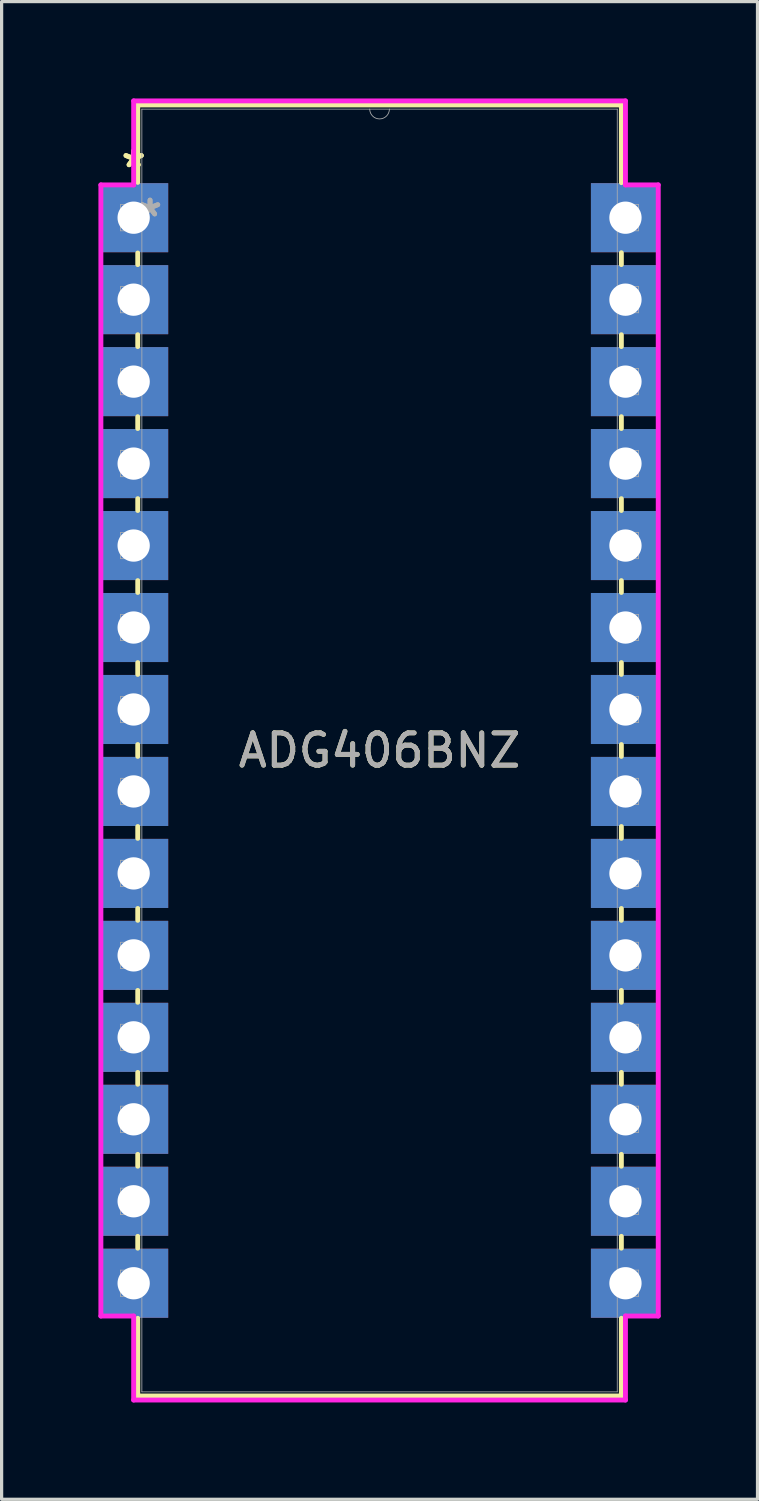
<source format=kicad_pcb>
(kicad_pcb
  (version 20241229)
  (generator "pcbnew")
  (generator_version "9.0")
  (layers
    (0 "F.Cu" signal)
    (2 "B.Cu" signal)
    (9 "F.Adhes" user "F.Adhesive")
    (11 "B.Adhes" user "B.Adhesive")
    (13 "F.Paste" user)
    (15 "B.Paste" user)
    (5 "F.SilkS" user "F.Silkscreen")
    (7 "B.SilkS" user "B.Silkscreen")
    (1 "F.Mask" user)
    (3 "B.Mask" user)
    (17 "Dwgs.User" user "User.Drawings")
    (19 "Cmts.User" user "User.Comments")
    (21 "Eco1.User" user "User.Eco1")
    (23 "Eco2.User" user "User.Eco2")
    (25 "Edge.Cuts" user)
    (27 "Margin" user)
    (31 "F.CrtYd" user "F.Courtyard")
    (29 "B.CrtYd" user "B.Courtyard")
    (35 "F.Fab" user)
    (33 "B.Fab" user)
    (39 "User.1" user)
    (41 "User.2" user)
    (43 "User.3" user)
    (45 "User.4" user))
  (footprint "ADG406BNZ"
    (layer "F.Cu")
    (at 1.092 3.696)
    (property "Reference" "ADG406BNZ" (at 7.62 16.51 0) (unlocked yes) (layer "F.SilkS") (effects (font (size 1 1) (thickness 0.15))))
    (attr through_hole)
    (fp_line (start 0.127 -3.493) (end 0.127 -1.095) (stroke (width 0.152) (type solid)) (layer "F.SilkS"))
    (fp_line (start 0.127 1.095) (end 0.127 1.453) (stroke (width 0.152) (type solid)) (layer "F.SilkS"))
    (fp_line (start 0.127 3.627) (end 0.127 3.993) (stroke (width 0.152) (type solid)) (layer "F.SilkS"))
    (fp_line (start 0.127 6.167) (end 0.127 6.533) (stroke (width 0.152) (type solid)) (layer "F.SilkS"))
    (fp_line (start 0.127 8.707) (end 0.127 9.073) (stroke (width 0.152) (type solid)) (layer "F.SilkS"))
    (fp_line (start 0.127 11.247) (end 0.127 11.613) (stroke (width 0.152) (type solid)) (layer "F.SilkS"))
    (fp_line (start 0.127 13.787) (end 0.127 14.153) (stroke (width 0.152) (type solid)) (layer "F.SilkS"))
    (fp_line (start 0.127 16.327) (end 0.127 16.693) (stroke (width 0.152) (type solid)) (layer "F.SilkS"))
    (fp_line (start 0.127 18.867) (end 0.127 19.233) (stroke (width 0.152) (type solid)) (layer "F.SilkS"))
    (fp_line (start 0.127 21.407) (end 0.127 21.773) (stroke (width 0.152) (type solid)) (layer "F.SilkS"))
    (fp_line (start 0.127 23.947) (end 0.127 24.313) (stroke (width 0.152) (type solid)) (layer "F.SilkS"))
    (fp_line (start 0.127 26.487) (end 0.127 26.853) (stroke (width 0.152) (type solid)) (layer "F.SilkS"))
    (fp_line (start 0.127 29.027) (end 0.127 29.393) (stroke (width 0.152) (type solid)) (layer "F.SilkS"))
    (fp_line (start 0.127 31.567) (end 0.127 31.933) (stroke (width 0.152) (type solid)) (layer "F.SilkS"))
    (fp_line (start 0.127 34.107) (end 0.127 36.513) (stroke (width 0.152) (type solid)) (layer "F.SilkS"))
    (fp_line (start 0.127 36.513) (end 15.113 36.513) (stroke (width 0.152) (type solid)) (layer "F.SilkS"))
    (fp_line (start 15.113 -3.493) (end 0.127 -3.493) (stroke (width 0.152) (type solid)) (layer "F.SilkS"))
    (fp_line (start 15.113 -1.087) (end 15.113 -3.493) (stroke (width 0.152) (type solid)) (layer "F.SilkS"))
    (fp_line (start 15.113 1.453) (end 15.113 1.087) (stroke (width 0.152) (type solid)) (layer "F.SilkS"))
    (fp_line (start 15.113 3.993) (end 15.113 3.627) (stroke (width 0.152) (type solid)) (layer "F.SilkS"))
    (fp_line (start 15.113 6.533) (end 15.113 6.167) (stroke (width 0.152) (type solid)) (layer "F.SilkS"))
    (fp_line (start 15.113 9.073) (end 15.113 8.707) (stroke (width 0.152) (type solid)) (layer "F.SilkS"))
    (fp_line (start 15.113 11.613) (end 15.113 11.247) (stroke (width 0.152) (type solid)) (layer "F.SilkS"))
    (fp_line (start 15.113 14.153) (end 15.113 13.787) (stroke (width 0.152) (type solid)) (layer "F.SilkS"))
    (fp_line (start 15.113 16.693) (end 15.113 16.327) (stroke (width 0.152) (type solid)) (layer "F.SilkS"))
    (fp_line (start 15.113 19.233) (end 15.113 18.867) (stroke (width 0.152) (type solid)) (layer "F.SilkS"))
    (fp_line (start 15.113 21.773) (end 15.113 21.407) (stroke (width 0.152) (type solid)) (layer "F.SilkS"))
    (fp_line (start 15.113 24.313) (end 15.113 23.947) (stroke (width 0.152) (type solid)) (layer "F.SilkS"))
    (fp_line (start 15.113 26.853) (end 15.113 26.487) (stroke (width 0.152) (type solid)) (layer "F.SilkS"))
    (fp_line (start 15.113 29.393) (end 15.113 29.027) (stroke (width 0.152) (type solid)) (layer "F.SilkS"))
    (fp_line (start 15.113 31.933) (end 15.113 31.567) (stroke (width 0.152) (type solid)) (layer "F.SilkS"))
    (fp_line (start 15.113 36.513) (end 15.113 34.107) (stroke (width 0.152) (type solid)) (layer "F.SilkS"))
    (fp_line (start -1.016 -1.016) (end 0 -1.016) (stroke (width 0.152) (type solid)) (layer "F.CrtYd"))
    (fp_line (start -1.016 34.036) (end -1.016 -1.016) (stroke (width 0.152) (type solid)) (layer "F.CrtYd"))
    (fp_line (start 0 -3.619) (end 15.24 -3.619) (stroke (width 0.152) (type solid)) (layer "F.CrtYd"))
    (fp_line (start 0 -1.016) (end 0 -3.619) (stroke (width 0.152) (type solid)) (layer "F.CrtYd"))
    (fp_line (start 0 34.036) (end -1.016 34.036) (stroke (width 0.152) (type solid)) (layer "F.CrtYd"))
    (fp_line (start 0 36.639) (end 0 34.036) (stroke (width 0.152) (type solid)) (layer "F.CrtYd"))
    (fp_line (start 15.24 -3.619) (end 15.24 -1.016) (stroke (width 0.152) (type solid)) (layer "F.CrtYd"))
    (fp_line (start 15.24 34.036) (end 15.24 36.639) (stroke (width 0.152) (type solid)) (layer "F.CrtYd"))
    (fp_line (start 15.24 36.639) (end 0 36.639) (stroke (width 0.152) (type solid)) (layer "F.CrtYd"))
    (fp_line (start 16.256 -1.016) (end 15.24 -1.016) (stroke (width 0.152) (type solid)) (layer "F.CrtYd"))
    (fp_line (start 16.256 -1.016) (end 16.256 34.036) (stroke (width 0.152) (type solid)) (layer "F.CrtYd"))
    (fp_line (start 16.256 34.036) (end 15.24 34.036) (stroke (width 0.152) (type solid)) (layer "F.CrtYd"))
    (fp_line (start -0.406 -0.406) (end -0.406 0.406) (stroke (width 0.025) (type solid)) (layer "F.Fab"))
    (fp_line (start -0.406 0.406) (end 0.254 0.406) (stroke (width 0.025) (type solid)) (layer "F.Fab"))
    (fp_line (start -0.406 2.134) (end -0.406 2.946) (stroke (width 0.025) (type solid)) (layer "F.Fab"))
    (fp_line (start -0.406 2.946) (end 0.254 2.946) (stroke (width 0.025) (type solid)) (layer "F.Fab"))
    (fp_line (start -0.406 4.674) (end -0.406 5.486) (stroke (width 0.025) (type solid)) (layer "F.Fab"))
    (fp_line (start -0.406 5.486) (end 0.254 5.486) (stroke (width 0.025) (type solid)) (layer "F.Fab"))
    (fp_line (start -0.406 7.214) (end -0.406 8.026) (stroke (width 0.025) (type solid)) (layer "F.Fab"))
    (fp_line (start -0.406 8.026) (end 0.254 8.026) (stroke (width 0.025) (type solid)) (layer "F.Fab"))
    (fp_line (start -0.406 9.754) (end -0.406 10.566) (stroke (width 0.025) (type solid)) (layer "F.Fab"))
    (fp_line (start -0.406 10.566) (end 0.254 10.566) (stroke (width 0.025) (type solid)) (layer "F.Fab"))
    (fp_line (start -0.406 12.294) (end -0.406 13.106) (stroke (width 0.025) (type solid)) (layer "F.Fab"))
    (fp_line (start -0.406 13.106) (end 0.254 13.106) (stroke (width 0.025) (type solid)) (layer "F.Fab"))
    (fp_line (start -0.406 14.834) (end -0.406 15.646) (stroke (width 0.025) (type solid)) (layer "F.Fab"))
    (fp_line (start -0.406 15.646) (end 0.254 15.646) (stroke (width 0.025) (type solid)) (layer "F.Fab"))
    (fp_line (start -0.406 17.374) (end -0.406 18.186) (stroke (width 0.025) (type solid)) (layer "F.Fab"))
    (fp_line (start -0.406 18.186) (end 0.254 18.186) (stroke (width 0.025) (type solid)) (layer "F.Fab"))
    (fp_line (start -0.406 19.914) (end -0.406 20.726) (stroke (width 0.025) (type solid)) (layer "F.Fab"))
    (fp_line (start -0.406 20.726) (end 0.254 20.726) (stroke (width 0.025) (type solid)) (layer "F.Fab"))
    (fp_line (start -0.406 22.454) (end -0.406 23.266) (stroke (width 0.025) (type solid)) (layer "F.Fab"))
    (fp_line (start -0.406 23.266) (end 0.254 23.266) (stroke (width 0.025) (type solid)) (layer "F.Fab"))
    (fp_line (start -0.406 24.994) (end -0.406 25.806) (stroke (width 0.025) (type solid)) (layer "F.Fab"))
    (fp_line (start -0.406 25.806) (end 0.254 25.806) (stroke (width 0.025) (type solid)) (layer "F.Fab"))
    (fp_line (start -0.406 27.534) (end -0.406 28.346) (stroke (width 0.025) (type solid)) (layer "F.Fab"))
    (fp_line (start -0.406 28.346) (end 0.254 28.346) (stroke (width 0.025) (type solid)) (layer "F.Fab"))
    (fp_line (start -0.406 30.074) (end -0.406 30.886) (stroke (width 0.025) (type solid)) (layer "F.Fab"))
    (fp_line (start -0.406 30.886) (end 0.254 30.886) (stroke (width 0.025) (type solid)) (layer "F.Fab"))
    (fp_line (start -0.406 32.614) (end -0.406 33.426) (stroke (width 0.025) (type solid)) (layer "F.Fab"))
    (fp_line (start -0.406 33.426) (end 0.254 33.426) (stroke (width 0.025) (type solid)) (layer "F.Fab"))
    (fp_line (start 0.254 -3.365) (end 0.254 36.386) (stroke (width 0.025) (type solid)) (layer "F.Fab"))
    (fp_line (start 0.254 -0.406) (end -0.406 -0.406) (stroke (width 0.025) (type solid)) (layer "F.Fab"))
    (fp_line (start 0.254 0.406) (end 0.254 -0.406) (stroke (width 0.025) (type solid)) (layer "F.Fab"))
    (fp_line (start 0.254 2.134) (end -0.406 2.134) (stroke (width 0.025) (type solid)) (layer "F.Fab"))
    (fp_line (start 0.254 2.946) (end 0.254 2.134) (stroke (width 0.025) (type solid)) (layer "F.Fab"))
    (fp_line (start 0.254 4.674) (end -0.406 4.674) (stroke (width 0.025) (type solid)) (layer "F.Fab"))
    (fp_line (start 0.254 5.486) (end 0.254 4.674) (stroke (width 0.025) (type solid)) (layer "F.Fab"))
    (fp_line (start 0.254 7.214) (end -0.406 7.214) (stroke (width 0.025) (type solid)) (layer "F.Fab"))
    (fp_line (start 0.254 8.026) (end 0.254 7.214) (stroke (width 0.025) (type solid)) (layer "F.Fab"))
    (fp_line (start 0.254 9.754) (end -0.406 9.754) (stroke (width 0.025) (type solid)) (layer "F.Fab"))
    (fp_line (start 0.254 10.566) (end 0.254 9.754) (stroke (width 0.025) (type solid)) (layer "F.Fab"))
    (fp_line (start 0.254 12.294) (end -0.406 12.294) (stroke (width 0.025) (type solid)) (layer "F.Fab"))
    (fp_line (start 0.254 13.106) (end 0.254 12.294) (stroke (width 0.025) (type solid)) (layer "F.Fab"))
    (fp_line (start 0.254 14.834) (end -0.406 14.834) (stroke (width 0.025) (type solid)) (layer "F.Fab"))
    (fp_line (start 0.254 15.646) (end 0.254 14.834) (stroke (width 0.025) (type solid)) (layer "F.Fab"))
    (fp_line (start 0.254 17.374) (end -0.406 17.374) (stroke (width 0.025) (type solid)) (layer "F.Fab"))
    (fp_line (start 0.254 18.186) (end 0.254 17.374) (stroke (width 0.025) (type solid)) (layer "F.Fab"))
    (fp_line (start 0.254 19.914) (end -0.406 19.914) (stroke (width 0.025) (type solid)) (layer "F.Fab"))
    (fp_line (start 0.254 20.726) (end 0.254 19.914) (stroke (width 0.025) (type solid)) (layer "F.Fab"))
    (fp_line (start 0.254 22.454) (end -0.406 22.454) (stroke (width 0.025) (type solid)) (layer "F.Fab"))
    (fp_line (start 0.254 23.266) (end 0.254 22.454) (stroke (width 0.025) (type solid)) (layer "F.Fab"))
    (fp_line (start 0.254 24.994) (end -0.406 24.994) (stroke (width 0.025) (type solid)) (layer "F.Fab"))
    (fp_line (start 0.254 25.806) (end 0.254 24.994) (stroke (width 0.025) (type solid)) (layer "F.Fab"))
    (fp_line (start 0.254 27.534) (end -0.406 27.534) (stroke (width 0.025) (type solid)) (layer "F.Fab"))
    (fp_line (start 0.254 28.346) (end 0.254 27.534) (stroke (width 0.025) (type solid)) (layer "F.Fab"))
    (fp_line (start 0.254 30.074) (end -0.406 30.074) (stroke (width 0.025) (type solid)) (layer "F.Fab"))
    (fp_line (start 0.254 30.886) (end 0.254 30.074) (stroke (width 0.025) (type solid)) (layer "F.Fab"))
    (fp_line (start 0.254 32.614) (end -0.406 32.614) (stroke (width 0.025) (type solid)) (layer "F.Fab"))
    (fp_line (start 0.254 33.426) (end 0.254 32.614) (stroke (width 0.025) (type solid)) (layer "F.Fab"))
    (fp_line (start 0.254 36.386) (end 14.986 36.386) (stroke (width 0.025) (type solid)) (layer "F.Fab"))
    (fp_line (start 14.986 -3.365) (end 0.254 -3.365) (stroke (width 0.025) (type solid)) (layer "F.Fab"))
    (fp_line (start 14.986 -0.406) (end 14.986 0.406) (stroke (width 0.025) (type solid)) (layer "F.Fab"))
    (fp_line (start 14.986 0.406) (end 15.646 0.406) (stroke (width 0.025) (type solid)) (layer "F.Fab"))
    (fp_line (start 14.986 2.134) (end 14.986 2.946) (stroke (width 0.025) (type solid)) (layer "F.Fab"))
    (fp_line (start 14.986 2.946) (end 15.646 2.946) (stroke (width 0.025) (type solid)) (layer "F.Fab"))
    (fp_line (start 14.986 4.674) (end 14.986 5.486) (stroke (width 0.025) (type solid)) (layer "F.Fab"))
    (fp_line (start 14.986 5.486) (end 15.646 5.486) (stroke (width 0.025) (type solid)) (layer "F.Fab"))
    (fp_line (start 14.986 7.214) (end 14.986 8.026) (stroke (width 0.025) (type solid)) (layer "F.Fab"))
    (fp_line (start 14.986 8.026) (end 15.646 8.026) (stroke (width 0.025) (type solid)) (layer "F.Fab"))
    (fp_line (start 14.986 9.754) (end 14.986 10.566) (stroke (width 0.025) (type solid)) (layer "F.Fab"))
    (fp_line (start 14.986 10.566) (end 15.646 10.566) (stroke (width 0.025) (type solid)) (layer "F.Fab"))
    (fp_line (start 14.986 12.294) (end 14.986 13.106) (stroke (width 0.025) (type solid)) (layer "F.Fab"))
    (fp_line (start 14.986 13.106) (end 15.646 13.106) (stroke (width 0.025) (type solid)) (layer "F.Fab"))
    (fp_line (start 14.986 14.834) (end 14.986 15.646) (stroke (width 0.025) (type solid)) (layer "F.Fab"))
    (fp_line (start 14.986 15.646) (end 15.646 15.646) (stroke (width 0.025) (type solid)) (layer "F.Fab"))
    (fp_line (start 14.986 17.374) (end 14.986 18.186) (stroke (width 0.025) (type solid)) (layer "F.Fab"))
    (fp_line (start 14.986 18.186) (end 15.646 18.186) (stroke (width 0.025) (type solid)) (layer "F.Fab"))
    (fp_line (start 14.986 19.914) (end 14.986 20.726) (stroke (width 0.025) (type solid)) (layer "F.Fab"))
    (fp_line (start 14.986 20.726) (end 15.646 20.726) (stroke (width 0.025) (type solid)) (layer "F.Fab"))
    (fp_line (start 14.986 22.454) (end 14.986 23.266) (stroke (width 0.025) (type solid)) (layer "F.Fab"))
    (fp_line (start 14.986 23.266) (end 15.646 23.266) (stroke (width 0.025) (type solid)) (layer "F.Fab"))
    (fp_line (start 14.986 24.994) (end 14.986 25.806) (stroke (width 0.025) (type solid)) (layer "F.Fab"))
    (fp_line (start 14.986 25.806) (end 15.646 25.806) (stroke (width 0.025) (type solid)) (layer "F.Fab"))
    (fp_line (start 14.986 27.534) (end 14.986 28.346) (stroke (width 0.025) (type solid)) (layer "F.Fab"))
    (fp_line (start 14.986 28.346) (end 15.646 28.346) (stroke (width 0.025) (type solid)) (layer "F.Fab"))
    (fp_line (start 14.986 30.074) (end 14.986 30.886) (stroke (width 0.025) (type solid)) (layer "F.Fab"))
    (fp_line (start 14.986 30.886) (end 15.646 30.886) (stroke (width 0.025) (type solid)) (layer "F.Fab"))
    (fp_line (start 14.986 32.614) (end 14.986 33.426) (stroke (width 0.025) (type solid)) (layer "F.Fab"))
    (fp_line (start 14.986 33.426) (end 15.646 33.426) (stroke (width 0.025) (type solid)) (layer "F.Fab"))
    (fp_line (start 14.986 36.386) (end 14.986 -3.365) (stroke (width 0.025) (type solid)) (layer "F.Fab"))
    (fp_line (start 15.646 -0.406) (end 14.986 -0.406) (stroke (width 0.025) (type solid)) (layer "F.Fab"))
    (fp_line (start 15.646 0.406) (end 15.646 -0.406) (stroke (width 0.025) (type solid)) (layer "F.Fab"))
    (fp_line (start 15.646 2.134) (end 14.986 2.134) (stroke (width 0.025) (type solid)) (layer "F.Fab"))
    (fp_line (start 15.646 2.946) (end 15.646 2.134) (stroke (width 0.025) (type solid)) (layer "F.Fab"))
    (fp_line (start 15.646 4.674) (end 14.986 4.674) (stroke (width 0.025) (type solid)) (layer "F.Fab"))
    (fp_line (start 15.646 5.486) (end 15.646 4.674) (stroke (width 0.025) (type solid)) (layer "F.Fab"))
    (fp_line (start 15.646 7.214) (end 14.986 7.214) (stroke (width 0.025) (type solid)) (layer "F.Fab"))
    (fp_line (start 15.646 8.026) (end 15.646 7.214) (stroke (width 0.025) (type solid)) (layer "F.Fab"))
    (fp_line (start 15.646 9.754) (end 14.986 9.754) (stroke (width 0.025) (type solid)) (layer "F.Fab"))
    (fp_line (start 15.646 10.566) (end 15.646 9.754) (stroke (width 0.025) (type solid)) (layer "F.Fab"))
    (fp_line (start 15.646 12.294) (end 14.986 12.294) (stroke (width 0.025) (type solid)) (layer "F.Fab"))
    (fp_line (start 15.646 13.106) (end 15.646 12.294) (stroke (width 0.025) (type solid)) (layer "F.Fab"))
    (fp_line (start 15.646 14.834) (end 14.986 14.834) (stroke (width 0.025) (type solid)) (layer "F.Fab"))
    (fp_line (start 15.646 15.646) (end 15.646 14.834) (stroke (width 0.025) (type solid)) (layer "F.Fab"))
    (fp_line (start 15.646 17.374) (end 14.986 17.374) (stroke (width 0.025) (type solid)) (layer "F.Fab"))
    (fp_line (start 15.646 18.186) (end 15.646 17.374) (stroke (width 0.025) (type solid)) (layer "F.Fab"))
    (fp_line (start 15.646 19.914) (end 14.986 19.914) (stroke (width 0.025) (type solid)) (layer "F.Fab"))
    (fp_line (start 15.646 20.726) (end 15.646 19.914) (stroke (width 0.025) (type solid)) (layer "F.Fab"))
    (fp_line (start 15.646 22.454) (end 14.986 22.454) (stroke (width 0.025) (type solid)) (layer "F.Fab"))
    (fp_line (start 15.646 23.266) (end 15.646 22.454) (stroke (width 0.025) (type solid)) (layer "F.Fab"))
    (fp_line (start 15.646 24.994) (end 14.986 24.994) (stroke (width 0.025) (type solid)) (layer "F.Fab"))
    (fp_line (start 15.646 25.806) (end 15.646 24.994) (stroke (width 0.025) (type solid)) (layer "F.Fab"))
    (fp_line (start 15.646 27.534) (end 14.986 27.534) (stroke (width 0.025) (type solid)) (layer "F.Fab"))
    (fp_line (start 15.646 28.346) (end 15.646 27.534) (stroke (width 0.025) (type solid)) (layer "F.Fab"))
    (fp_line (start 15.646 30.074) (end 14.986 30.074) (stroke (width 0.025) (type solid)) (layer "F.Fab"))
    (fp_line (start 15.646 30.886) (end 15.646 30.074) (stroke (width 0.025) (type solid)) (layer "F.Fab"))
    (fp_line (start 15.646 32.614) (end 14.986 32.614) (stroke (width 0.025) (type solid)) (layer "F.Fab"))
    (fp_line (start 15.646 33.426) (end 15.646 32.614) (stroke (width 0.025) (type solid)) (layer "F.Fab"))
    (fp_arc (start 7.9248 -3.3655) (mid 7.62 -3.0607) (end 7.3152 -3.3655) (stroke (width 0.0254) (type solid)) (layer "F.Fab"))
    (fp_text user "*" (at 0 -1.524 0) (layer "F.SilkS") (effects (font (size 1 1) (thickness 0.15))))
    (fp_text user "*" (at 0 -1.524 0) (unlocked yes) (layer "F.SilkS") (effects (font (size 1 1) (thickness 0.15))))
    (fp_text user "${REFERENCE}" (at 7.62 16.51 0) (unlocked yes) (layer "F.Fab") (effects (font (size 1 1) (thickness 0.15))))
    (fp_text user "*" (at 0.508 0 0) (unlocked yes) (layer "F.Fab") (effects (font (size 1 1) (thickness 0.15))))
    (fp_text user "*" (at 0.508 0 0) (layer "F.Fab") (effects (font (size 1 1) (thickness 0.15))))
    (pad "1" thru_hole rect (at 0 0) (size 2.14 2.14) (drill 1) (layers "*.Cu" "*.Mask"))
    (pad "2" thru_hole rect (at 0 2.54) (size 2.14 2.14) (drill 1) (layers "*.Cu" "*.Mask"))
    (pad "3" thru_hole rect (at 0 5.08) (size 2.14 2.14) (drill 1) (layers "*.Cu" "*.Mask"))
    (pad "4" thru_hole rect (at 0 7.62) (size 2.14 2.14) (drill 1) (layers "*.Cu" "*.Mask"))
    (pad "5" thru_hole rect (at 0 10.16) (size 2.14 2.14) (drill 1) (layers "*.Cu" "*.Mask"))
    (pad "6" thru_hole rect (at 0 12.7) (size 2.14 2.14) (drill 1) (layers "*.Cu" "*.Mask"))
    (pad "7" thru_hole rect (at 0 15.24) (size 2.14 2.14) (drill 1) (layers "*.Cu" "*.Mask"))
    (pad "8" thru_hole rect (at 0 17.78) (size 2.14 2.14) (drill 1) (layers "*.Cu" "*.Mask"))
    (pad "9" thru_hole rect (at 0 20.32) (size 2.14 2.14) (drill 1) (layers "*.Cu" "*.Mask"))
    (pad "10" thru_hole rect (at 0 22.86) (size 2.14 2.14) (drill 1) (layers "*.Cu" "*.Mask"))
    (pad "11" thru_hole rect (at 0 25.4) (size 2.14 2.14) (drill 1) (layers "*.Cu" "*.Mask"))
    (pad "12" thru_hole rect (at 0 27.94) (size 2.14 2.14) (drill 1) (layers "*.Cu" "*.Mask"))
    (pad "13" thru_hole rect (at 0 30.48) (size 2.14 2.14) (drill 1) (layers "*.Cu" "*.Mask"))
    (pad "14" thru_hole rect (at 0 33.02) (size 2.14 2.14) (drill 1) (layers "*.Cu" "*.Mask"))
    (pad "15" thru_hole rect (at 15.24 33.02) (size 2.14 2.14) (drill 1) (layers "*.Cu" "*.Mask"))
    (pad "16" thru_hole rect (at 15.24 30.48) (size 2.14 2.14) (drill 1) (layers "*.Cu" "*.Mask"))
    (pad "17" thru_hole rect (at 15.24 27.94) (size 2.14 2.14) (drill 1) (layers "*.Cu" "*.Mask"))
    (pad "18" thru_hole rect (at 15.24 25.4) (size 2.14 2.14) (drill 1) (layers "*.Cu" "*.Mask"))
    (pad "19" thru_hole rect (at 15.24 22.86) (size 2.14 2.14) (drill 1) (layers "*.Cu" "*.Mask"))
    (pad "20" thru_hole rect (at 15.24 20.32) (size 2.14 2.14) (drill 1) (layers "*.Cu" "*.Mask"))
    (pad "21" thru_hole rect (at 15.24 17.78) (size 2.14 2.14) (drill 1) (layers "*.Cu" "*.Mask"))
    (pad "22" thru_hole rect (at 15.24 15.24) (size 2.14 2.14) (drill 1) (layers "*.Cu" "*.Mask"))
    (pad "23" thru_hole rect (at 15.24 12.7) (size 2.14 2.14) (drill 1) (layers "*.Cu" "*.Mask"))
    (pad "24" thru_hole rect (at 15.24 10.16) (size 2.14 2.14) (drill 1) (layers "*.Cu" "*.Mask"))
    (pad "25" thru_hole rect (at 15.24 7.62) (size 2.14 2.14) (drill 1) (layers "*.Cu" "*.Mask"))
    (pad "26" thru_hole rect (at 15.24 5.08) (size 2.14 2.14) (drill 1) (layers "*.Cu" "*.Mask"))
    (pad "27" thru_hole rect (at 15.24 2.54) (size 2.14 2.14) (drill 1) (layers "*.Cu" "*.Mask"))
    (pad "28" thru_hole rect (at 15.24 0) (size 2.14 2.14) (drill 1) (layers "*.Cu" "*.Mask")))
  (gr_rect
    (start -3 -3)
    (end 20.424 43.411)
    (stroke (width 0.1) (type default))
    (fill no)
    (layer "Edge.Cuts")))
</source>
